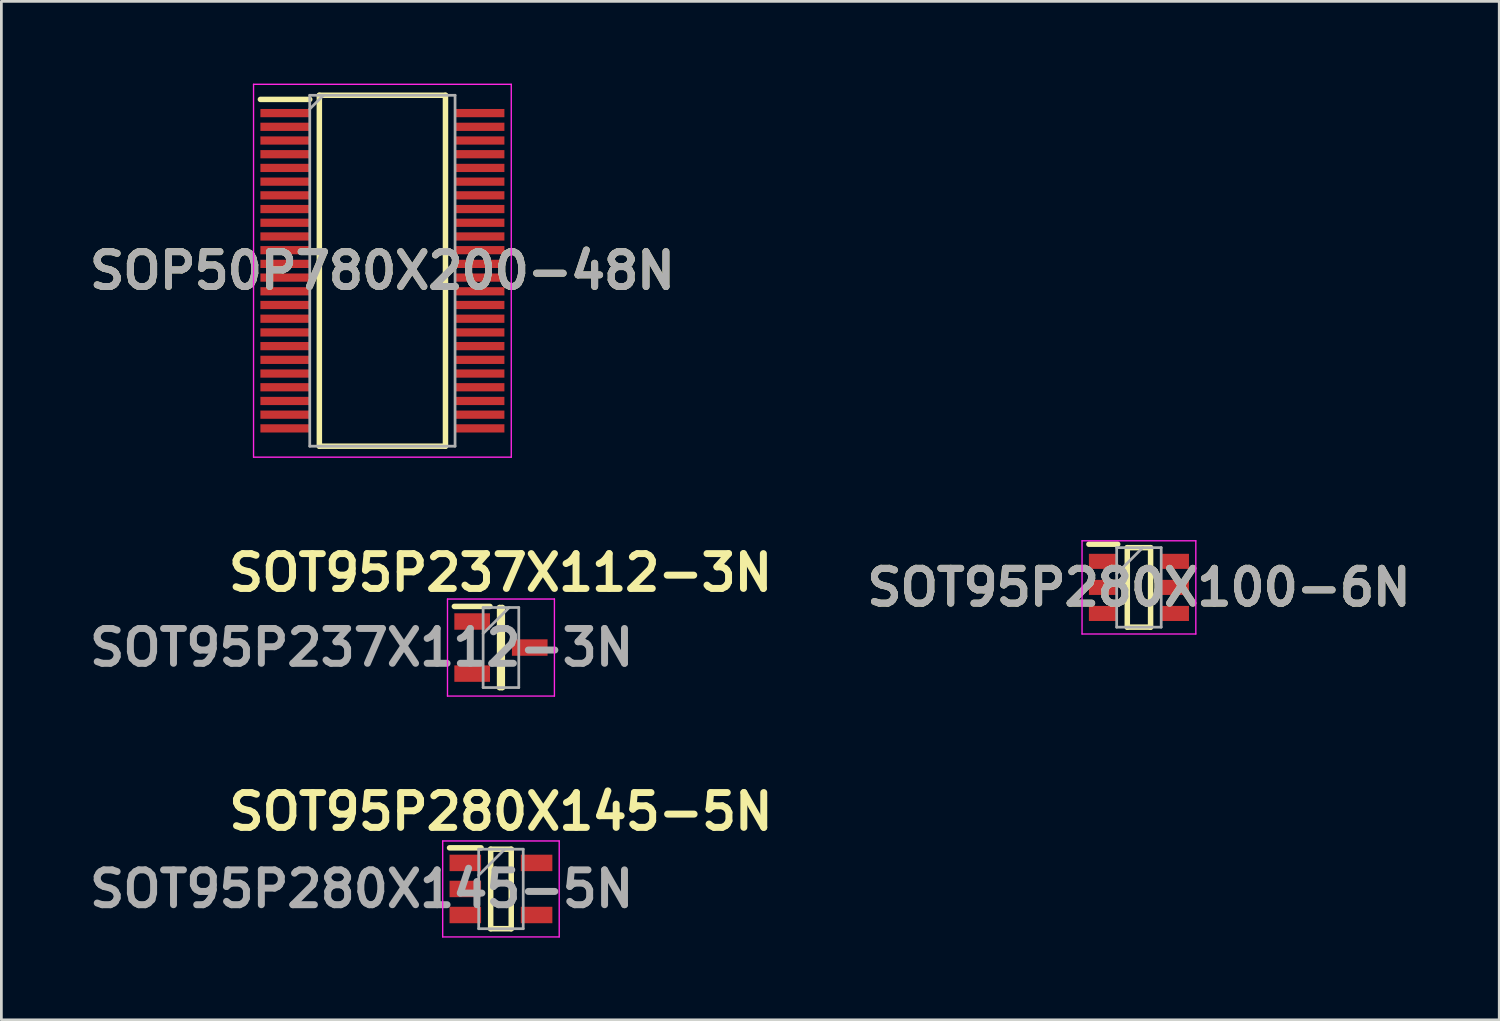
<source format=kicad_pcb>
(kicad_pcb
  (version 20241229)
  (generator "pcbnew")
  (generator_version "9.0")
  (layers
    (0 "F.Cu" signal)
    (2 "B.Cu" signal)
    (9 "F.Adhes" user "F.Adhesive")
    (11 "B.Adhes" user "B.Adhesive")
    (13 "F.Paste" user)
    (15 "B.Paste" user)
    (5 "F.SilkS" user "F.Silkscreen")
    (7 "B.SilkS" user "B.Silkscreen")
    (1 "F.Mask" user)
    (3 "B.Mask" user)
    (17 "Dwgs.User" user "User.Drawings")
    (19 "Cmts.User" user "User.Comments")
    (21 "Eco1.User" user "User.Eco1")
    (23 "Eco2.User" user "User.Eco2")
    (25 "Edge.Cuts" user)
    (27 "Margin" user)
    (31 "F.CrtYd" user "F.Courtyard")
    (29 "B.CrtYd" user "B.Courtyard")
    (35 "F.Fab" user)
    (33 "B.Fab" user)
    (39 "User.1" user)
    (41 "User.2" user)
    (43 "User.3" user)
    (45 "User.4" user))
  (footprint "SOT95P280X145-5N"
    (layer "F.Cu")
    (at 15.222 29.374)
    (property "Reference" "SOT95P280X145-5N" (at 0 -2.821 0) (layer "F.SilkS") (effects (font (size 1.27 1.27) (thickness 0.254))))
    (attr smd)
    (fp_line (start -1.875 -1.5) (end -0.725 -1.5) (stroke (width 0.2) (type solid)) (layer "F.SilkS"))
    (fp_line (start -0.375 -1.45) (end 0.375 -1.45) (stroke (width 0.2) (type solid)) (layer "F.SilkS"))
    (fp_line (start -0.375 1.45) (end -0.375 -1.45) (stroke (width 0.2) (type solid)) (layer "F.SilkS"))
    (fp_line (start 0.375 -1.45) (end 0.375 1.45) (stroke (width 0.2) (type solid)) (layer "F.SilkS"))
    (fp_line (start 0.375 1.45) (end -0.375 1.45) (stroke (width 0.2) (type solid)) (layer "F.SilkS"))
    (fp_line (start -2.125 -1.75) (end 2.125 -1.75) (stroke (width 0.05) (type solid)) (layer "F.CrtYd"))
    (fp_line (start -2.125 1.75) (end -2.125 -1.75) (stroke (width 0.05) (type solid)) (layer "F.CrtYd"))
    (fp_line (start 2.125 -1.75) (end 2.125 1.75) (stroke (width 0.05) (type solid)) (layer "F.CrtYd"))
    (fp_line (start 2.125 1.75) (end -2.125 1.75) (stroke (width 0.05) (type solid)) (layer "F.CrtYd"))
    (fp_line (start -0.812 -1.45) (end 0.812 -1.45) (stroke (width 0.1) (type solid)) (layer "F.Fab"))
    (fp_line (start -0.812 -0.5) (end 0.138 -1.45) (stroke (width 0.1) (type solid)) (layer "F.Fab"))
    (fp_line (start -0.812 1.45) (end -0.812 -1.45) (stroke (width 0.1) (type solid)) (layer "F.Fab"))
    (fp_line (start 0.812 -1.45) (end 0.812 1.45) (stroke (width 0.1) (type solid)) (layer "F.Fab"))
    (fp_line (start 0.812 1.45) (end -0.812 1.45) (stroke (width 0.1) (type solid)) (layer "F.Fab"))
    (fp_text user "${REFERENCE}" (at -5.08 0 0) (layer "F.Fab") (effects (font (size 1.27 1.27) (thickness 0.254))))
    (pad "1" smd rect (at -1.3 -0.95 90) (size 0.6 1.15) (layers "F.Cu" "F.Mask" "F.Paste"))
    (pad "2" smd rect (at -1.3 0 90) (size 0.6 1.15) (layers "F.Cu" "F.Mask" "F.Paste"))
    (pad "3" smd rect (at -1.3 0.95 90) (size 0.6 1.15) (layers "F.Cu" "F.Mask" "F.Paste"))
    (pad "4" smd rect (at 1.3 0.95 90) (size 0.6 1.15) (layers "F.Cu" "F.Mask" "F.Paste"))
    (pad "5" smd rect (at 1.3 -0.95 90) (size 0.6 1.15) (layers "F.Cu" "F.Mask" "F.Paste")))
  (footprint "SOT95P237X112-3N"
    (layer "F.Cu")
    (at 15.222 20.569)
    (property "Reference" "SOT95P237X112-3N" (at -0.014 -2.731 0) (layer "F.SilkS") (effects (font (size 1.27 1.27) (thickness 0.254))))
    (attr smd)
    (fp_line (start -1.7 -1.5) (end -0.4 -1.5) (stroke (width 0.2) (type solid)) (layer "F.SilkS"))
    (fp_line (start -0.05 -1.46) (end 0.05 -1.46) (stroke (width 0.2) (type solid)) (layer "F.SilkS"))
    (fp_line (start -0.05 1.46) (end -0.05 -1.46) (stroke (width 0.2) (type solid)) (layer "F.SilkS"))
    (fp_line (start 0.05 -1.46) (end 0.05 1.46) (stroke (width 0.2) (type solid)) (layer "F.SilkS"))
    (fp_line (start 0.05 1.46) (end -0.05 1.46) (stroke (width 0.2) (type solid)) (layer "F.SilkS"))
    (fp_line (start -1.95 -1.77) (end 1.95 -1.77) (stroke (width 0.05) (type solid)) (layer "F.CrtYd"))
    (fp_line (start -1.95 1.77) (end -1.95 -1.77) (stroke (width 0.05) (type solid)) (layer "F.CrtYd"))
    (fp_line (start 1.95 -1.77) (end 1.95 1.77) (stroke (width 0.05) (type solid)) (layer "F.CrtYd"))
    (fp_line (start 1.95 1.77) (end -1.95 1.77) (stroke (width 0.05) (type solid)) (layer "F.CrtYd"))
    (fp_line (start -0.65 -1.46) (end 0.65 -1.46) (stroke (width 0.1) (type solid)) (layer "F.Fab"))
    (fp_line (start -0.65 -0.51) (end 0.3 -1.46) (stroke (width 0.1) (type solid)) (layer "F.Fab"))
    (fp_line (start -0.65 1.46) (end -0.65 -1.46) (stroke (width 0.1) (type solid)) (layer "F.Fab"))
    (fp_line (start 0.65 -1.46) (end 0.65 1.46) (stroke (width 0.1) (type solid)) (layer "F.Fab"))
    (fp_line (start 0.65 1.46) (end -0.65 1.46) (stroke (width 0.1) (type solid)) (layer "F.Fab"))
    (fp_text user "${REFERENCE}" (at -5.08 0 0) (layer "F.Fab") (effects (font (size 1.27 1.27) (thickness 0.254))))
    (pad "1" smd rect (at -1.05 -0.95 90) (size 0.6 1.3) (layers "F.Cu" "F.Mask" "F.Paste"))
    (pad "2" smd rect (at -1.05 0.95 90) (size 0.6 1.3) (layers "F.Cu" "F.Mask" "F.Paste"))
    (pad "3" smd rect (at 1.05 0 90) (size 0.6 1.3) (layers "F.Cu" "F.Mask" "F.Paste")))
  (footprint "SOP50P780X200-48N"
    (layer "F.Cu")
    (at 10.898 6.825)
    (property "Reference" "SOP50P780X200-48N" (at 0 0 0) (layer "F.SilkS") (effects (font (size 1.27 1.27) (thickness 0.254))))
    (attr smd)
    (fp_line (start -4.45 -6.25) (end -2.65 -6.25) (stroke (width 0.2) (type solid)) (layer "F.SilkS"))
    (fp_line (start -2.3 -6.4) (end 2.3 -6.4) (stroke (width 0.2) (type solid)) (layer "F.SilkS"))
    (fp_line (start -2.3 6.4) (end -2.3 -6.4) (stroke (width 0.2) (type solid)) (layer "F.SilkS"))
    (fp_line (start 2.3 -6.4) (end 2.3 6.4) (stroke (width 0.2) (type solid)) (layer "F.SilkS"))
    (fp_line (start 2.3 6.4) (end -2.3 6.4) (stroke (width 0.2) (type solid)) (layer "F.SilkS"))
    (fp_line (start -4.7 -6.8) (end 4.7 -6.8) (stroke (width 0.05) (type solid)) (layer "F.CrtYd"))
    (fp_line (start -4.7 6.8) (end -4.7 -6.8) (stroke (width 0.05) (type solid)) (layer "F.CrtYd"))
    (fp_line (start 4.7 -6.8) (end 4.7 6.8) (stroke (width 0.05) (type solid)) (layer "F.CrtYd"))
    (fp_line (start 4.7 6.8) (end -4.7 6.8) (stroke (width 0.05) (type solid)) (layer "F.CrtYd"))
    (fp_line (start -2.65 -6.4) (end 2.65 -6.4) (stroke (width 0.1) (type solid)) (layer "F.Fab"))
    (fp_line (start -2.65 -5.9) (end -2.15 -6.4) (stroke (width 0.1) (type solid)) (layer "F.Fab"))
    (fp_line (start -2.65 6.4) (end -2.65 -6.4) (stroke (width 0.1) (type solid)) (layer "F.Fab"))
    (fp_line (start 2.65 -6.4) (end 2.65 6.4) (stroke (width 0.1) (type solid)) (layer "F.Fab"))
    (fp_line (start 2.65 6.4) (end -2.65 6.4) (stroke (width 0.1) (type solid)) (layer "F.Fab"))
    (fp_text user "${REFERENCE}" (at 0 0 0) (layer "F.Fab") (effects (font (size 1.27 1.27) (thickness 0.254))))
    (pad "1" smd rect (at -3.55 -5.75 90) (size 0.3 1.8) (layers "F.Cu" "F.Mask" "F.Paste"))
    (pad "2" smd rect (at -3.55 -5.25 90) (size 0.3 1.8) (layers "F.Cu" "F.Mask" "F.Paste"))
    (pad "3" smd rect (at -3.55 -4.75 90) (size 0.3 1.8) (layers "F.Cu" "F.Mask" "F.Paste"))
    (pad "4" smd rect (at -3.55 -4.25 90) (size 0.3 1.8) (layers "F.Cu" "F.Mask" "F.Paste"))
    (pad "5" smd rect (at -3.55 -3.75 90) (size 0.3 1.8) (layers "F.Cu" "F.Mask" "F.Paste"))
    (pad "6" smd rect (at -3.55 -3.25 90) (size 0.3 1.8) (layers "F.Cu" "F.Mask" "F.Paste"))
    (pad "7" smd rect (at -3.55 -2.75 90) (size 0.3 1.8) (layers "F.Cu" "F.Mask" "F.Paste"))
    (pad "8" smd rect (at -3.55 -2.25 90) (size 0.3 1.8) (layers "F.Cu" "F.Mask" "F.Paste"))
    (pad "9" smd rect (at -3.55 -1.75 90) (size 0.3 1.8) (layers "F.Cu" "F.Mask" "F.Paste"))
    (pad "10" smd rect (at -3.55 -1.25 90) (size 0.3 1.8) (layers "F.Cu" "F.Mask" "F.Paste"))
    (pad "11" smd rect (at -3.55 -0.75 90) (size 0.3 1.8) (layers "F.Cu" "F.Mask" "F.Paste"))
    (pad "12" smd rect (at -3.55 -0.25 90) (size 0.3 1.8) (layers "F.Cu" "F.Mask" "F.Paste"))
    (pad "13" smd rect (at -3.55 0.25 90) (size 0.3 1.8) (layers "F.Cu" "F.Mask" "F.Paste"))
    (pad "14" smd rect (at -3.55 0.75 90) (size 0.3 1.8) (layers "F.Cu" "F.Mask" "F.Paste"))
    (pad "15" smd rect (at -3.55 1.25 90) (size 0.3 1.8) (layers "F.Cu" "F.Mask" "F.Paste"))
    (pad "16" smd rect (at -3.55 1.75 90) (size 0.3 1.8) (layers "F.Cu" "F.Mask" "F.Paste"))
    (pad "17" smd rect (at -3.55 2.25 90) (size 0.3 1.8) (layers "F.Cu" "F.Mask" "F.Paste"))
    (pad "18" smd rect (at -3.55 2.75 90) (size 0.3 1.8) (layers "F.Cu" "F.Mask" "F.Paste"))
    (pad "19" smd rect (at -3.55 3.25 90) (size 0.3 1.8) (layers "F.Cu" "F.Mask" "F.Paste"))
    (pad "20" smd rect (at -3.55 3.75 90) (size 0.3 1.8) (layers "F.Cu" "F.Mask" "F.Paste"))
    (pad "21" smd rect (at -3.55 4.25 90) (size 0.3 1.8) (layers "F.Cu" "F.Mask" "F.Paste"))
    (pad "22" smd rect (at -3.55 4.75 90) (size 0.3 1.8) (layers "F.Cu" "F.Mask" "F.Paste"))
    (pad "23" smd rect (at -3.55 5.25 90) (size 0.3 1.8) (layers "F.Cu" "F.Mask" "F.Paste"))
    (pad "24" smd rect (at -3.55 5.75 90) (size 0.3 1.8) (layers "F.Cu" "F.Mask" "F.Paste"))
    (pad "25" smd rect (at 3.55 5.75 90) (size 0.3 1.8) (layers "F.Cu" "F.Mask" "F.Paste"))
    (pad "26" smd rect (at 3.55 5.25 90) (size 0.3 1.8) (layers "F.Cu" "F.Mask" "F.Paste"))
    (pad "27" smd rect (at 3.55 4.75 90) (size 0.3 1.8) (layers "F.Cu" "F.Mask" "F.Paste"))
    (pad "28" smd rect (at 3.55 4.25 90) (size 0.3 1.8) (layers "F.Cu" "F.Mask" "F.Paste"))
    (pad "29" smd rect (at 3.55 3.75 90) (size 0.3 1.8) (layers "F.Cu" "F.Mask" "F.Paste"))
    (pad "30" smd rect (at 3.55 3.25 90) (size 0.3 1.8) (layers "F.Cu" "F.Mask" "F.Paste"))
    (pad "31" smd rect (at 3.55 2.75 90) (size 0.3 1.8) (layers "F.Cu" "F.Mask" "F.Paste"))
    (pad "32" smd rect (at 3.55 2.25 90) (size 0.3 1.8) (layers "F.Cu" "F.Mask" "F.Paste"))
    (pad "33" smd rect (at 3.55 1.75 90) (size 0.3 1.8) (layers "F.Cu" "F.Mask" "F.Paste"))
    (pad "34" smd rect (at 3.55 1.25 90) (size 0.3 1.8) (layers "F.Cu" "F.Mask" "F.Paste"))
    (pad "35" smd rect (at 3.55 0.75 90) (size 0.3 1.8) (layers "F.Cu" "F.Mask" "F.Paste"))
    (pad "36" smd rect (at 3.55 0.25 90) (size 0.3 1.8) (layers "F.Cu" "F.Mask" "F.Paste"))
    (pad "37" smd rect (at 3.55 -0.25 90) (size 0.3 1.8) (layers "F.Cu" "F.Mask" "F.Paste"))
    (pad "38" smd rect (at 3.55 -0.75 90) (size 0.3 1.8) (layers "F.Cu" "F.Mask" "F.Paste"))
    (pad "39" smd rect (at 3.55 -1.25 90) (size 0.3 1.8) (layers "F.Cu" "F.Mask" "F.Paste"))
    (pad "40" smd rect (at 3.55 -1.75 90) (size 0.3 1.8) (layers "F.Cu" "F.Mask" "F.Paste"))
    (pad "41" smd rect (at 3.55 -2.25 90) (size 0.3 1.8) (layers "F.Cu" "F.Mask" "F.Paste"))
    (pad "42" smd rect (at 3.55 -2.75 90) (size 0.3 1.8) (layers "F.Cu" "F.Mask" "F.Paste"))
    (pad "43" smd rect (at 3.55 -3.25 90) (size 0.3 1.8) (layers "F.Cu" "F.Mask" "F.Paste"))
    (pad "44" smd rect (at 3.55 -3.75 90) (size 0.3 1.8) (layers "F.Cu" "F.Mask" "F.Paste"))
    (pad "45" smd rect (at 3.55 -4.25 90) (size 0.3 1.8) (layers "F.Cu" "F.Mask" "F.Paste"))
    (pad "46" smd rect (at 3.55 -4.75 90) (size 0.3 1.8) (layers "F.Cu" "F.Mask" "F.Paste"))
    (pad "47" smd rect (at 3.55 -5.25 90) (size 0.3 1.8) (layers "F.Cu" "F.Mask" "F.Paste"))
    (pad "48" smd rect (at 3.55 -5.75 90) (size 0.3 1.8) (layers "F.Cu" "F.Mask" "F.Paste")))
  (footprint "SOT95P280X100-6N"
    (layer "F.Cu")
    (at 38.492 18.375)
    (property "Reference" "SOT95P280X100-6N" (at 0 0 0) (layer "F.SilkS") (effects (font (size 1.27 1.27) (thickness 0.254))))
    (attr smd)
    (fp_line (start -1.825 -1.575) (end -0.775 -1.575) (stroke (width 0.2) (type solid)) (layer "F.SilkS"))
    (fp_line (start -0.425 -1.45) (end 0.425 -1.45) (stroke (width 0.2) (type solid)) (layer "F.SilkS"))
    (fp_line (start -0.425 1.45) (end -0.425 -1.45) (stroke (width 0.2) (type solid)) (layer "F.SilkS"))
    (fp_line (start 0.425 -1.45) (end 0.425 1.45) (stroke (width 0.2) (type solid)) (layer "F.SilkS"))
    (fp_line (start 0.425 1.45) (end -0.425 1.45) (stroke (width 0.2) (type solid)) (layer "F.SilkS"))
    (fp_line (start -2.075 -1.7) (end 2.075 -1.7) (stroke (width 0.05) (type solid)) (layer "F.CrtYd"))
    (fp_line (start -2.075 1.7) (end -2.075 -1.7) (stroke (width 0.05) (type solid)) (layer "F.CrtYd"))
    (fp_line (start 2.075 -1.7) (end 2.075 1.7) (stroke (width 0.05) (type solid)) (layer "F.CrtYd"))
    (fp_line (start 2.075 1.7) (end -2.075 1.7) (stroke (width 0.05) (type solid)) (layer "F.CrtYd"))
    (fp_line (start -0.812 -1.45) (end 0.812 -1.45) (stroke (width 0.1) (type solid)) (layer "F.Fab"))
    (fp_line (start -0.812 -0.5) (end 0.138 -1.45) (stroke (width 0.1) (type solid)) (layer "F.Fab"))
    (fp_line (start -0.812 1.45) (end -0.812 -1.45) (stroke (width 0.1) (type solid)) (layer "F.Fab"))
    (fp_line (start 0.812 -1.45) (end 0.812 1.45) (stroke (width 0.1) (type solid)) (layer "F.Fab"))
    (fp_line (start 0.812 1.45) (end -0.812 1.45) (stroke (width 0.1) (type solid)) (layer "F.Fab"))
    (fp_text user "${REFERENCE}" (at 0 0 0) (layer "F.Fab") (effects (font (size 1.27 1.27) (thickness 0.254))))
    (pad "1" smd rect (at -1.3 -0.95 90) (size 0.55 1.05) (layers "F.Cu" "F.Mask" "F.Paste"))
    (pad "2" smd rect (at -1.3 0 90) (size 0.55 1.05) (layers "F.Cu" "F.Mask" "F.Paste"))
    (pad "3" smd rect (at -1.3 0.95 90) (size 0.55 1.05) (layers "F.Cu" "F.Mask" "F.Paste"))
    (pad "4" smd rect (at 1.3 0.95 90) (size 0.55 1.05) (layers "F.Cu" "F.Mask" "F.Paste"))
    (pad "5" smd rect (at 1.3 0 90) (size 0.55 1.05) (layers "F.Cu" "F.Mask" "F.Paste"))
    (pad "6" smd rect (at 1.3 -0.95 90) (size 0.55 1.05) (layers "F.Cu" "F.Mask" "F.Paste")))
  (gr_rect
    (start -3 -3)
    (end 51.634 34.149)
    (stroke (width 0.1) (type default))
    (fill no)
    (layer "Edge.Cuts")))
</source>
